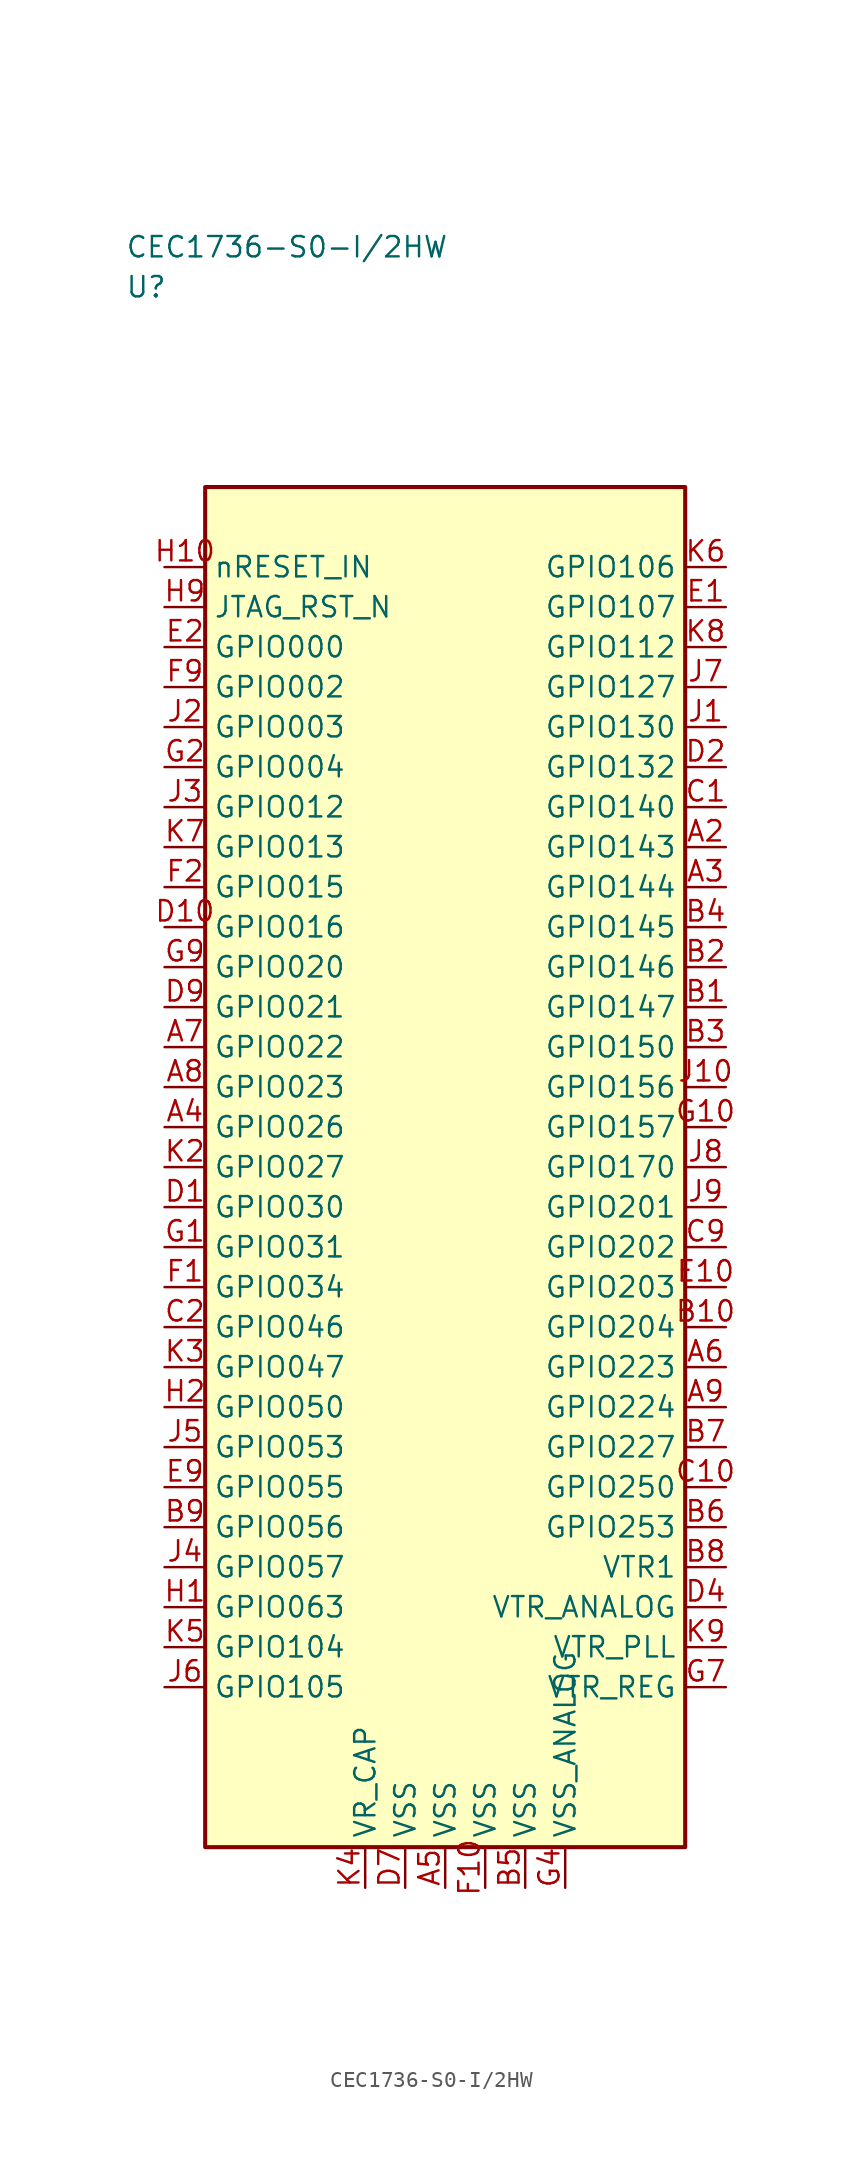
<source format=kicad_sym>
(kicad_symbol_lib
  (version 20241025)
  (generator "kicad_symbol_editor")
  (generator_version "8.0")
  (symbol "CEC1736-S0-I/2HW"
    (property "Reference" "U"
      (at -20.0 55.0 0)
      (effects (font (size 1.27 1.27)) (justify left)))
    (property "Value" "CEC1736-S0-I/2HW"
      (at -20.0 57.5 0)
      (effects (font (size 1.27 1.27)) (justify left)))
    (symbol "CEC1736-S0-I/2HW_0_1"
      (rectangle (start -15.0 42.5) (end 15.0 -42.5) (stroke (width 0.254) (type default)) (fill (type background))))
    (symbol "CEC1736-S0-I/2HW_1_1"
      (pin bidirectional line (at -17.54 32.5 0.0) (length 2.54) (name "GPIO000" (effects (font (size 1.27 1.27)))) (number "E2" (effects (font (size 1.27 1.27)))))
      (pin bidirectional line (at -17.54 30.0 0.0) (length 2.54) (name "GPIO002" (effects (font (size 1.27 1.27)))) (number "F9" (effects (font (size 1.27 1.27)))))
      (pin bidirectional line (at -17.54 27.5 0.0) (length 2.54) (name "GPIO003" (effects (font (size 1.27 1.27)))) (number "J2" (effects (font (size 1.27 1.27)))))
      (pin bidirectional line (at -17.54 25.0 0.0) (length 2.54) (name "GPIO004" (effects (font (size 1.27 1.27)))) (number "G2" (effects (font (size 1.27 1.27)))))
      (pin bidirectional line (at -17.54 22.5 0.0) (length 2.54) (name "GPIO012" (effects (font (size 1.27 1.27)))) (number "J3" (effects (font (size 1.27 1.27)))))
      (pin bidirectional line (at -17.54 20.0 0.0) (length 2.54) (name "GPIO013" (effects (font (size 1.27 1.27)))) (number "K7" (effects (font (size 1.27 1.27)))))
      (pin bidirectional line (at -17.54 17.5 0.0) (length 2.54) (name "GPIO015" (effects (font (size 1.27 1.27)))) (number "F2" (effects (font (size 1.27 1.27)))))
      (pin bidirectional line (at -17.54 15.0 0.0) (length 2.54) (name "GPIO016" (effects (font (size 1.27 1.27)))) (number "D10" (effects (font (size 1.27 1.27)))))
      (pin bidirectional line (at -17.54 12.5 0.0) (length 2.54) (name "GPIO020" (effects (font (size 1.27 1.27)))) (number "G9" (effects (font (size 1.27 1.27)))))
      (pin bidirectional line (at -17.54 10.0 0.0) (length 2.54) (name "GPIO021" (effects (font (size 1.27 1.27)))) (number "D9" (effects (font (size 1.27 1.27)))))
      (pin bidirectional line (at -17.54 7.5 0.0) (length 2.54) (name "GPIO022" (effects (font (size 1.27 1.27)))) (number "A7" (effects (font (size 1.27 1.27)))))
      (pin bidirectional line (at -17.54 5.0 0.0) (length 2.54) (name "GPIO023" (effects (font (size 1.27 1.27)))) (number "A8" (effects (font (size 1.27 1.27)))))
      (pin bidirectional line (at -17.54 2.5 0.0) (length 2.54) (name "GPIO026" (effects (font (size 1.27 1.27)))) (number "A4" (effects (font (size 1.27 1.27)))))
      (pin bidirectional line (at -17.54 0.0 0.0) (length 2.54) (name "GPIO027" (effects (font (size 1.27 1.27)))) (number "K2" (effects (font (size 1.27 1.27)))))
      (pin bidirectional line (at -17.54 -2.5 0.0) (length 2.54) (name "GPIO030" (effects (font (size 1.27 1.27)))) (number "D1" (effects (font (size 1.27 1.27)))))
      (pin bidirectional line (at -17.54 -5.0 0.0) (length 2.54) (name "GPIO031" (effects (font (size 1.27 1.27)))) (number "G1" (effects (font (size 1.27 1.27)))))
      (pin bidirectional line (at -17.54 -7.5 0.0) (length 2.54) (name "GPIO034" (effects (font (size 1.27 1.27)))) (number "F1" (effects (font (size 1.27 1.27)))))
      (pin bidirectional line (at -17.54 -10.0 0.0) (length 2.54) (name "GPIO046" (effects (font (size 1.27 1.27)))) (number "C2" (effects (font (size 1.27 1.27)))))
      (pin bidirectional line (at -17.54 -12.5 0.0) (length 2.54) (name "GPIO047" (effects (font (size 1.27 1.27)))) (number "K3" (effects (font (size 1.27 1.27)))))
      (pin bidirectional line (at -17.54 -15.0 0.0) (length 2.54) (name "GPIO050" (effects (font (size 1.27 1.27)))) (number "H2" (effects (font (size 1.27 1.27)))))
      (pin bidirectional line (at -17.54 -17.5 0.0) (length 2.54) (name "GPIO053" (effects (font (size 1.27 1.27)))) (number "J5" (effects (font (size 1.27 1.27)))))
      (pin bidirectional line (at -17.54 -20.0 0.0) (length 2.54) (name "GPIO055" (effects (font (size 1.27 1.27)))) (number "E9" (effects (font (size 1.27 1.27)))))
      (pin bidirectional line (at -17.54 -22.5 0.0) (length 2.54) (name "GPIO056" (effects (font (size 1.27 1.27)))) (number "B9" (effects (font (size 1.27 1.27)))))
      (pin bidirectional line (at -17.54 -25.0 0.0) (length 2.54) (name "GPIO057" (effects (font (size 1.27 1.27)))) (number "J4" (effects (font (size 1.27 1.27)))))
      (pin bidirectional line (at -17.54 -27.5 0.0) (length 2.54) (name "GPIO063" (effects (font (size 1.27 1.27)))) (number "H1" (effects (font (size 1.27 1.27)))))
      (pin bidirectional line (at -17.54 -30.0 0.0) (length 2.54) (name "GPIO104" (effects (font (size 1.27 1.27)))) (number "K5" (effects (font (size 1.27 1.27)))))
      (pin bidirectional line (at -17.54 -32.5 0.0) (length 2.54) (name "GPIO105" (effects (font (size 1.27 1.27)))) (number "J6" (effects (font (size 1.27 1.27)))))
      (pin bidirectional line (at 17.54 37.5 180.0) (length 2.54) (name "GPIO106" (effects (font (size 1.27 1.27)))) (number "K6" (effects (font (size 1.27 1.27)))))
      (pin bidirectional line (at 17.54 35.0 180.0) (length 2.54) (name "GPIO107" (effects (font (size 1.27 1.27)))) (number "E1" (effects (font (size 1.27 1.27)))))
      (pin bidirectional line (at 17.54 32.5 180.0) (length 2.54) (name "GPIO112" (effects (font (size 1.27 1.27)))) (number "K8" (effects (font (size 1.27 1.27)))))
      (pin bidirectional line (at 17.54 30.0 180.0) (length 2.54) (name "GPIO127" (effects (font (size 1.27 1.27)))) (number "J7" (effects (font (size 1.27 1.27)))))
      (pin bidirectional line (at 17.54 27.5 180.0) (length 2.54) (name "GPIO130" (effects (font (size 1.27 1.27)))) (number "J1" (effects (font (size 1.27 1.27)))))
      (pin bidirectional line (at 17.54 25.0 180.0) (length 2.54) (name "GPIO132" (effects (font (size 1.27 1.27)))) (number "D2" (effects (font (size 1.27 1.27)))))
      (pin bidirectional line (at 17.54 22.5 180.0) (length 2.54) (name "GPIO140" (effects (font (size 1.27 1.27)))) (number "C1" (effects (font (size 1.27 1.27)))))
      (pin bidirectional line (at 17.54 20.0 180.0) (length 2.54) (name "GPIO143" (effects (font (size 1.27 1.27)))) (number "A2" (effects (font (size 1.27 1.27)))))
      (pin bidirectional line (at 17.54 17.5 180.0) (length 2.54) (name "GPIO144" (effects (font (size 1.27 1.27)))) (number "A3" (effects (font (size 1.27 1.27)))))
      (pin bidirectional line (at 17.54 15.0 180.0) (length 2.54) (name "GPIO145" (effects (font (size 1.27 1.27)))) (number "B4" (effects (font (size 1.27 1.27)))))
      (pin bidirectional line (at 17.54 12.5 180.0) (length 2.54) (name "GPIO146" (effects (font (size 1.27 1.27)))) (number "B2" (effects (font (size 1.27 1.27)))))
      (pin bidirectional line (at 17.54 10.0 180.0) (length 2.54) (name "GPIO147" (effects (font (size 1.27 1.27)))) (number "B1" (effects (font (size 1.27 1.27)))))
      (pin bidirectional line (at 17.54 7.5 180.0) (length 2.54) (name "GPIO150" (effects (font (size 1.27 1.27)))) (number "B3" (effects (font (size 1.27 1.27)))))
      (pin bidirectional line (at 17.54 5.0 180.0) (length 2.54) (name "GPIO156" (effects (font (size 1.27 1.27)))) (number "J10" (effects (font (size 1.27 1.27)))))
      (pin bidirectional line (at 17.54 2.5 180.0) (length 2.54) (name "GPIO157" (effects (font (size 1.27 1.27)))) (number "G10" (effects (font (size 1.27 1.27)))))
      (pin bidirectional line (at 17.54 0.0 180.0) (length 2.54) (name "GPIO170" (effects (font (size 1.27 1.27)))) (number "J8" (effects (font (size 1.27 1.27)))))
      (pin bidirectional line (at 17.54 -2.5 180.0) (length 2.54) (name "GPIO201" (effects (font (size 1.27 1.27)))) (number "J9" (effects (font (size 1.27 1.27)))))
      (pin bidirectional line (at 17.54 -5.0 180.0) (length 2.54) (name "GPIO202" (effects (font (size 1.27 1.27)))) (number "C9" (effects (font (size 1.27 1.27)))))
      (pin bidirectional line (at 17.54 -7.5 180.0) (length 2.54) (name "GPIO203" (effects (font (size 1.27 1.27)))) (number "E10" (effects (font (size 1.27 1.27)))))
      (pin bidirectional line (at 17.54 -10.0 180.0) (length 2.54) (name "GPIO204" (effects (font (size 1.27 1.27)))) (number "B10" (effects (font (size 1.27 1.27)))))
      (pin bidirectional line (at 17.54 -12.5 180.0) (length 2.54) (name "GPIO223" (effects (font (size 1.27 1.27)))) (number "A6" (effects (font (size 1.27 1.27)))))
      (pin bidirectional line (at 17.54 -15.0 180.0) (length 2.54) (name "GPIO224" (effects (font (size 1.27 1.27)))) (number "A9" (effects (font (size 1.27 1.27)))))
      (pin bidirectional line (at 17.54 -17.5 180.0) (length 2.54) (name "GPIO227" (effects (font (size 1.27 1.27)))) (number "B7" (effects (font (size 1.27 1.27)))))
      (pin bidirectional line (at 17.54 -20.0 180.0) (length 2.54) (name "GPIO250" (effects (font (size 1.27 1.27)))) (number "C10" (effects (font (size 1.27 1.27)))))
      (pin bidirectional line (at 17.54 -22.5 180.0) (length 2.54) (name "GPIO253" (effects (font (size 1.27 1.27)))) (number "B6" (effects (font (size 1.27 1.27)))))
      (pin input line (at -17.54 35.0 0.0) (length 2.54) (name "JTAG_RST_N" (effects (font (size 1.27 1.27)))) (number "H9" (effects (font (size 1.27 1.27)))))
      (pin input line (at -17.54 37.5 0.0) (length 2.54) (name "nRESET_IN" (effects (font (size 1.27 1.27)))) (number "H10" (effects (font (size 1.27 1.27)))))
      (pin passive line (at 7.5 -45.04 90.0) (length 2.54) (name "VSS_ANALOG" (effects (font (size 1.27 1.27)))) (number "G4" (effects (font (size 1.27 1.27)))))
      (pin bidirectional line (at 17.54 -30.0 180.0) (length 2.54) (name "VTR_PLL" (effects (font (size 1.27 1.27)))) (number "K9" (effects (font (size 1.27 1.27)))))
      (pin passive line (at -2.5 -45.04 90.0) (length 2.54) (name "VSS" (effects (font (size 1.27 1.27)))) (number "D7" (effects (font (size 1.27 1.27)))))
      (pin bidirectional line (at 17.54 -32.5 180.0) (length 2.54) (name "VTR_REG" (effects (font (size 1.27 1.27)))) (number "G7" (effects (font (size 1.27 1.27)))))
      (pin bidirectional line (at 17.54 -25.0 180.0) (length 2.54) (name "VTR1" (effects (font (size 1.27 1.27)))) (number "B8" (effects (font (size 1.27 1.27)))))
      (pin bidirectional line (at 17.54 -27.5 180.0) (length 2.54) (name "VTR_ANALOG" (effects (font (size 1.27 1.27)))) (number "D4" (effects (font (size 1.27 1.27)))))
      (pin passive line (at -5.0 -45.04 90.0) (length 2.54) (name "VR_CAP" (effects (font (size 1.27 1.27)))) (number "K4" (effects (font (size 1.27 1.27)))))
      (pin passive line (at 0.0 -45.04 90.0) (length 2.54) (name "VSS" (effects (font (size 1.27 1.27)))) (number "A5" (effects (font (size 1.27 1.27)))))
      (pin passive line (at 2.5 -45.04 90.0) (length 2.54) (name "VSS" (effects (font (size 1.27 1.27)))) (number "F10" (effects (font (size 1.27 1.27)))))
      (pin passive line (at 5.0 -45.04 90.0) (length 2.54) (name "VSS" (effects (font (size 1.27 1.27)))) (number "B5" (effects (font (size 1.27 1.27))))))))
</source>
